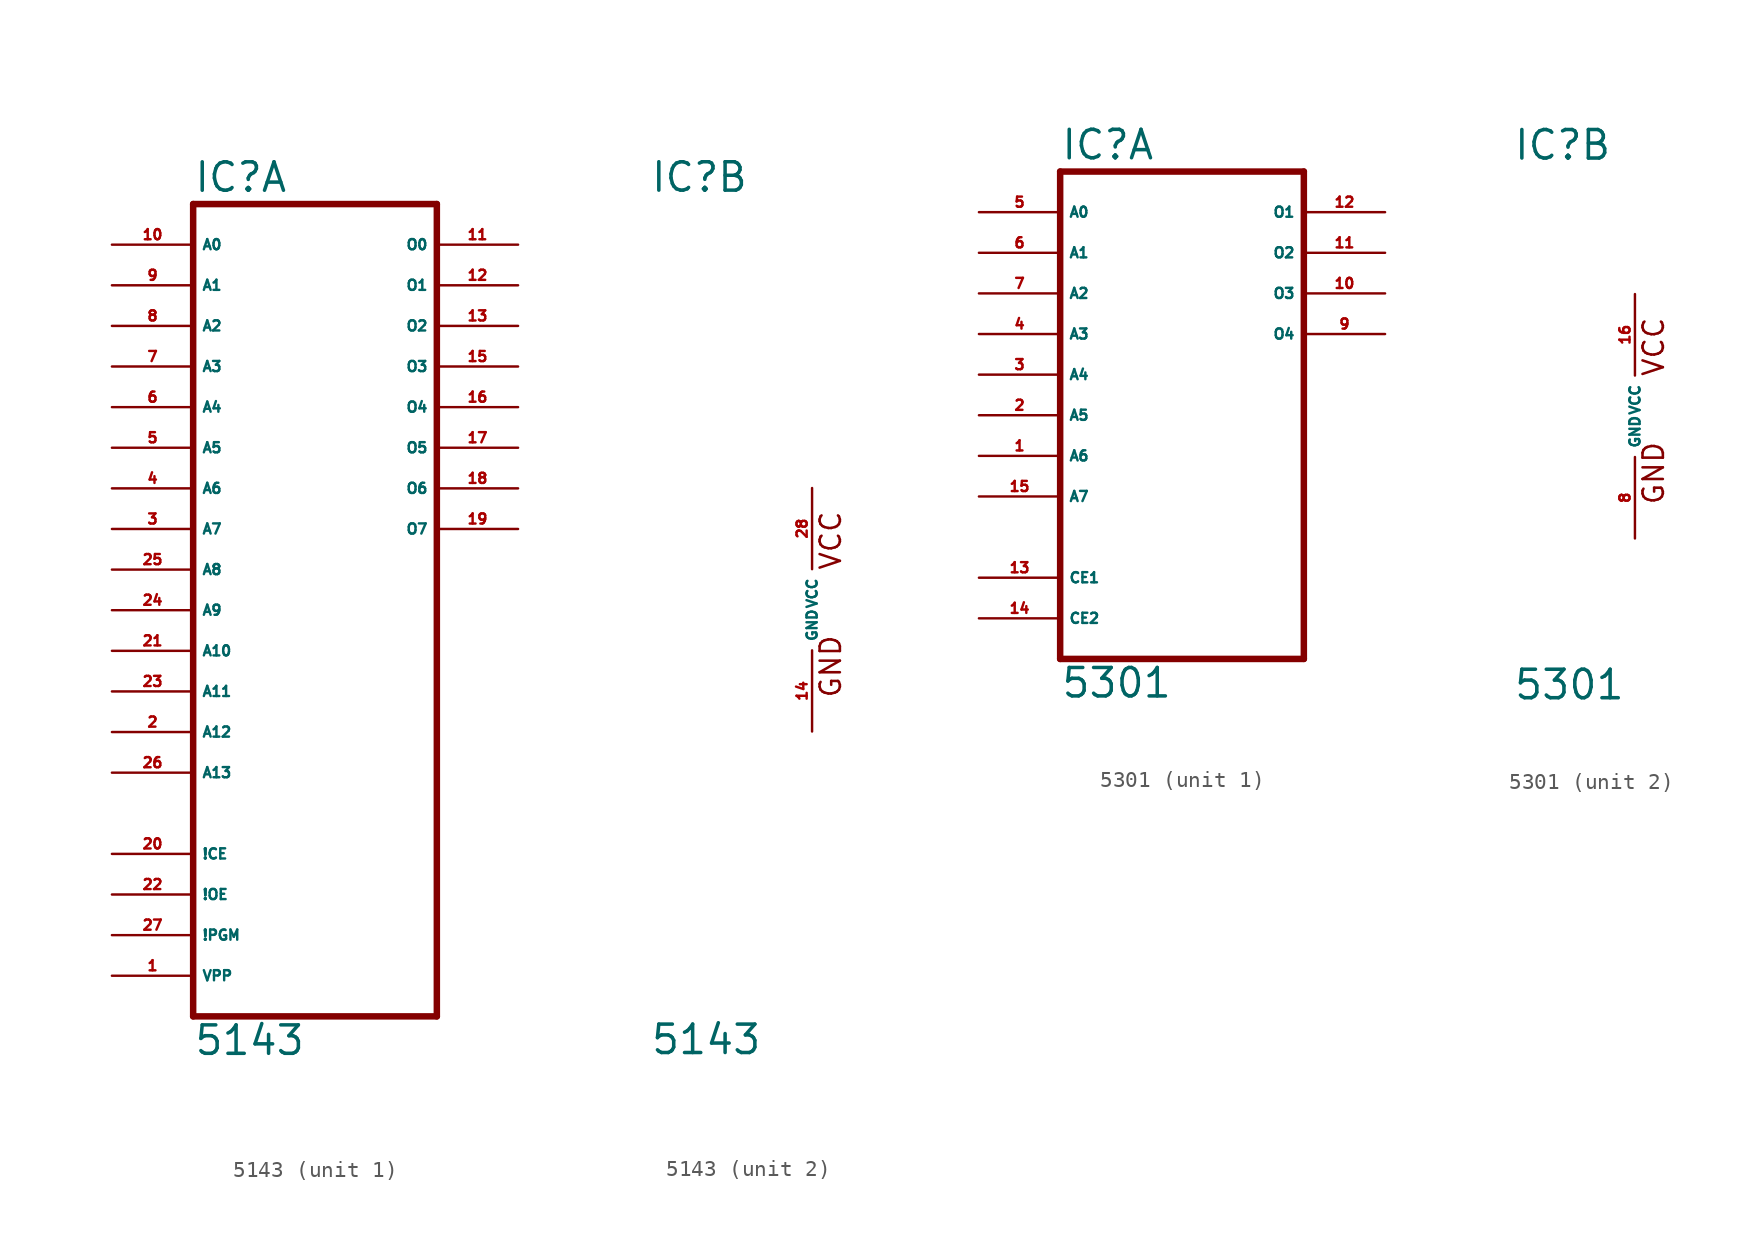
<source format=kicad_sym>
(kicad_symbol_lib
  (version 20220914)
  (generator Eagle2Kicad)
  (symbol "5143"
    (property "Reference" "IC"
      (at -10.16 26.035 0)
      (effects (font (size 1.778 1.778) (thickness 0.22)) (justify left bottom)))
    (property "Value" "5143"
      (at -10.16 -27.94 0)
      (effects (font (size 1.778 1.778) (thickness 0.22)) (justify left bottom)))
    (symbol "5143_1_0"
      (polyline (pts (xy -10.16 -25.4) (xy 5.08 -25.4)) (stroke (width 0.406) (type default)) (fill (type none)))
      (polyline (pts (xy 5.08 -25.4) (xy 5.08 25.4)) (stroke (width 0.406) (type default)) (fill (type none)))
      (polyline (pts (xy 5.08 25.4) (xy -10.16 25.4)) (stroke (width 0.406) (type default)) (fill (type none)))
      (polyline (pts (xy -10.16 25.4) (xy -10.16 -25.4)) (stroke (width 0.406) (type default)) (fill (type none)))
      (pin input line (at -15.24 -22.86 0) (length 5.08) (name "VPP" (effects (font (size 0.635 0.635) (thickness 0.08)) (justify left bottom))) (number "1" (effects (font (size 0.635 0.635) (thickness 0.08)) (justify left bottom))))
      (pin input line (at -15.24 -7.62 0) (length 5.08) (name "A12" (effects (font (size 0.635 0.635) (thickness 0.08)) (justify left bottom))) (number "2" (effects (font (size 0.635 0.635) (thickness 0.08)) (justify left bottom))))
      (pin input line (at -15.24 5.08 0) (length 5.08) (name "A7" (effects (font (size 0.635 0.635) (thickness 0.08)) (justify left bottom))) (number "3" (effects (font (size 0.635 0.635) (thickness 0.08)) (justify left bottom))))
      (pin input line (at -15.24 7.62 0) (length 5.08) (name "A6" (effects (font (size 0.635 0.635) (thickness 0.08)) (justify left bottom))) (number "4" (effects (font (size 0.635 0.635) (thickness 0.08)) (justify left bottom))))
      (pin input line (at -15.24 10.16 0) (length 5.08) (name "A5" (effects (font (size 0.635 0.635) (thickness 0.08)) (justify left bottom))) (number "5" (effects (font (size 0.635 0.635) (thickness 0.08)) (justify left bottom))))
      (pin input line (at -15.24 12.7 0) (length 5.08) (name "A4" (effects (font (size 0.635 0.635) (thickness 0.08)) (justify left bottom))) (number "6" (effects (font (size 0.635 0.635) (thickness 0.08)) (justify left bottom))))
      (pin input line (at -15.24 15.24 0) (length 5.08) (name "A3" (effects (font (size 0.635 0.635) (thickness 0.08)) (justify left bottom))) (number "7" (effects (font (size 0.635 0.635) (thickness 0.08)) (justify left bottom))))
      (pin input line (at -15.24 17.78 0) (length 5.08) (name "A2" (effects (font (size 0.635 0.635) (thickness 0.08)) (justify left bottom))) (number "8" (effects (font (size 0.635 0.635) (thickness 0.08)) (justify left bottom))))
      (pin input line (at -15.24 20.32 0) (length 5.08) (name "A1" (effects (font (size 0.635 0.635) (thickness 0.08)) (justify left bottom))) (number "9" (effects (font (size 0.635 0.635) (thickness 0.08)) (justify left bottom))))
      (pin input line (at -15.24 22.86 0) (length 5.08) (name "A0" (effects (font (size 0.635 0.635) (thickness 0.08)) (justify left bottom))) (number "10" (effects (font (size 0.635 0.635) (thickness 0.08)) (justify left bottom))))
      (pin tri_state line (at 10.16 22.86 180) (length 5.08) (name "O0" (effects (font (size 0.635 0.635) (thickness 0.08)) (justify left bottom))) (number "11" (effects (font (size 0.635 0.635) (thickness 0.08)) (justify left bottom))))
      (pin tri_state line (at 10.16 20.32 180) (length 5.08) (name "O1" (effects (font (size 0.635 0.635) (thickness 0.08)) (justify left bottom))) (number "12" (effects (font (size 0.635 0.635) (thickness 0.08)) (justify left bottom))))
      (pin tri_state line (at 10.16 17.78 180) (length 5.08) (name "O2" (effects (font (size 0.635 0.635) (thickness 0.08)) (justify left bottom))) (number "13" (effects (font (size 0.635 0.635) (thickness 0.08)) (justify left bottom))))
      (pin tri_state line (at 10.16 15.24 180) (length 5.08) (name "O3" (effects (font (size 0.635 0.635) (thickness 0.08)) (justify left bottom))) (number "15" (effects (font (size 0.635 0.635) (thickness 0.08)) (justify left bottom))))
      (pin tri_state line (at 10.16 12.7 180) (length 5.08) (name "O4" (effects (font (size 0.635 0.635) (thickness 0.08)) (justify left bottom))) (number "16" (effects (font (size 0.635 0.635) (thickness 0.08)) (justify left bottom))))
      (pin tri_state line (at 10.16 10.16 180) (length 5.08) (name "O5" (effects (font (size 0.635 0.635) (thickness 0.08)) (justify left bottom))) (number "17" (effects (font (size 0.635 0.635) (thickness 0.08)) (justify left bottom))))
      (pin tri_state line (at 10.16 7.62 180) (length 5.08) (name "O6" (effects (font (size 0.635 0.635) (thickness 0.08)) (justify left bottom))) (number "18" (effects (font (size 0.635 0.635) (thickness 0.08)) (justify left bottom))))
      (pin tri_state line (at 10.16 5.08 180) (length 5.08) (name "O7" (effects (font (size 0.635 0.635) (thickness 0.08)) (justify left bottom))) (number "19" (effects (font (size 0.635 0.635) (thickness 0.08)) (justify left bottom))))
      (pin input line (at -15.24 -15.24 0) (length 5.08) (name "!CE" (effects (font (size 0.635 0.635) (thickness 0.08)) (justify left bottom))) (number "20" (effects (font (size 0.635 0.635) (thickness 0.08)) (justify left bottom))))
      (pin input line (at -15.24 -2.54 0) (length 5.08) (name "A10" (effects (font (size 0.635 0.635) (thickness 0.08)) (justify left bottom))) (number "21" (effects (font (size 0.635 0.635) (thickness 0.08)) (justify left bottom))))
      (pin input line (at -15.24 -17.78 0) (length 5.08) (name "!OE" (effects (font (size 0.635 0.635) (thickness 0.08)) (justify left bottom))) (number "22" (effects (font (size 0.635 0.635) (thickness 0.08)) (justify left bottom))))
      (pin input line (at -15.24 -5.08 0) (length 5.08) (name "A11" (effects (font (size 0.635 0.635) (thickness 0.08)) (justify left bottom))) (number "23" (effects (font (size 0.635 0.635) (thickness 0.08)) (justify left bottom))))
      (pin input line (at -15.24 0 0) (length 5.08) (name "A9" (effects (font (size 0.635 0.635) (thickness 0.08)) (justify left bottom))) (number "24" (effects (font (size 0.635 0.635) (thickness 0.08)) (justify left bottom))))
      (pin input line (at -15.24 2.54 0) (length 5.08) (name "A8" (effects (font (size 0.635 0.635) (thickness 0.08)) (justify left bottom))) (number "25" (effects (font (size 0.635 0.635) (thickness 0.08)) (justify left bottom))))
      (pin input line (at -15.24 -10.16 0) (length 5.08) (name "A13" (effects (font (size 0.635 0.635) (thickness 0.08)) (justify left bottom))) (number "26" (effects (font (size 0.635 0.635) (thickness 0.08)) (justify left bottom))))
      (pin input line (at -15.24 -20.32 0) (length 5.08) (name "!PGM" (effects (font (size 0.635 0.635) (thickness 0.08)) (justify left bottom))) (number "27" (effects (font (size 0.635 0.635) (thickness 0.08)) (justify left bottom)))))
    (symbol "5143_2_0"
      (text "GND" (at 1.905 -5.588 900) (effects (font (size 1.27 1.27) (thickness 0.16)) (justify left bottom)))
      (text "VCC" (at 1.905 2.413 900) (effects (font (size 1.27 1.27) (thickness 0.16)) (justify left bottom)))
      (pin unspecified line (at 0 -7.62 90) (length 5.08) (name "GND" (effects (font (size 0.635 0.635) (thickness 0.08)) (justify left bottom))) (number "14" (effects (font (size 0.635 0.635) (thickness 0.08)) (justify left bottom))))
      (pin unspecified line (at 0 7.62 270) (length 5.08) (name "VCC" (effects (font (size 0.635 0.635) (thickness 0.08)) (justify left bottom))) (number "28" (effects (font (size 0.635 0.635) (thickness 0.08)) (justify left bottom))))))
  (symbol "5301"
    (property "Reference" "IC"
      (at -7.62 15.875 0)
      (effects (font (size 1.778 1.778) (thickness 0.22)) (justify left bottom)))
    (property "Value" "5301"
      (at -7.62 -17.78 0)
      (effects (font (size 1.778 1.778) (thickness 0.22)) (justify left bottom)))
    (symbol "5301_1_0"
      (polyline (pts (xy -7.62 -15.24) (xy 7.62 -15.24)) (stroke (width 0.406) (type default)) (fill (type none)))
      (polyline (pts (xy 7.62 -15.24) (xy 7.62 15.24)) (stroke (width 0.406) (type default)) (fill (type none)))
      (polyline (pts (xy 7.62 15.24) (xy -7.62 15.24)) (stroke (width 0.406) (type default)) (fill (type none)))
      (polyline (pts (xy -7.62 15.24) (xy -7.62 -15.24)) (stroke (width 0.406) (type default)) (fill (type none)))
      (pin input line (at -12.7 -2.54 0) (length 5.08) (name "A6" (effects (font (size 0.635 0.635) (thickness 0.08)) (justify left bottom))) (number "1" (effects (font (size 0.635 0.635) (thickness 0.08)) (justify left bottom))))
      (pin input line (at -12.7 0 0) (length 5.08) (name "A5" (effects (font (size 0.635 0.635) (thickness 0.08)) (justify left bottom))) (number "2" (effects (font (size 0.635 0.635) (thickness 0.08)) (justify left bottom))))
      (pin input line (at -12.7 2.54 0) (length 5.08) (name "A4" (effects (font (size 0.635 0.635) (thickness 0.08)) (justify left bottom))) (number "3" (effects (font (size 0.635 0.635) (thickness 0.08)) (justify left bottom))))
      (pin input line (at -12.7 5.08 0) (length 5.08) (name "A3" (effects (font (size 0.635 0.635) (thickness 0.08)) (justify left bottom))) (number "4" (effects (font (size 0.635 0.635) (thickness 0.08)) (justify left bottom))))
      (pin input line (at -12.7 12.7 0) (length 5.08) (name "A0" (effects (font (size 0.635 0.635) (thickness 0.08)) (justify left bottom))) (number "5" (effects (font (size 0.635 0.635) (thickness 0.08)) (justify left bottom))))
      (pin input line (at -12.7 10.16 0) (length 5.08) (name "A1" (effects (font (size 0.635 0.635) (thickness 0.08)) (justify left bottom))) (number "6" (effects (font (size 0.635 0.635) (thickness 0.08)) (justify left bottom))))
      (pin input line (at -12.7 7.62 0) (length 5.08) (name "A2" (effects (font (size 0.635 0.635) (thickness 0.08)) (justify left bottom))) (number "7" (effects (font (size 0.635 0.635) (thickness 0.08)) (justify left bottom))))
      (pin tri_state line (at 12.7 5.08 180) (length 5.08) (name "O4" (effects (font (size 0.635 0.635) (thickness 0.08)) (justify left bottom))) (number "9" (effects (font (size 0.635 0.635) (thickness 0.08)) (justify left bottom))))
      (pin tri_state line (at 12.7 7.62 180) (length 5.08) (name "O3" (effects (font (size 0.635 0.635) (thickness 0.08)) (justify left bottom))) (number "10" (effects (font (size 0.635 0.635) (thickness 0.08)) (justify left bottom))))
      (pin tri_state line (at 12.7 10.16 180) (length 5.08) (name "O2" (effects (font (size 0.635 0.635) (thickness 0.08)) (justify left bottom))) (number "11" (effects (font (size 0.635 0.635) (thickness 0.08)) (justify left bottom))))
      (pin tri_state line (at 12.7 12.7 180) (length 5.08) (name "O1" (effects (font (size 0.635 0.635) (thickness 0.08)) (justify left bottom))) (number "12" (effects (font (size 0.635 0.635) (thickness 0.08)) (justify left bottom))))
      (pin input line (at -12.7 -10.16 0) (length 5.08) (name "CE1" (effects (font (size 0.635 0.635) (thickness 0.08)) (justify left bottom))) (number "13" (effects (font (size 0.635 0.635) (thickness 0.08)) (justify left bottom))))
      (pin input line (at -12.7 -12.7 0) (length 5.08) (name "CE2" (effects (font (size 0.635 0.635) (thickness 0.08)) (justify left bottom))) (number "14" (effects (font (size 0.635 0.635) (thickness 0.08)) (justify left bottom))))
      (pin input line (at -12.7 -5.08 0) (length 5.08) (name "A7" (effects (font (size 0.635 0.635) (thickness 0.08)) (justify left bottom))) (number "15" (effects (font (size 0.635 0.635) (thickness 0.08)) (justify left bottom)))))
    (symbol "5301_2_0"
      (text "GND" (at 1.905 -5.588 900) (effects (font (size 1.27 1.27) (thickness 0.16)) (justify left bottom)))
      (text "VCC" (at 1.905 2.413 900) (effects (font (size 1.27 1.27) (thickness 0.16)) (justify left bottom)))
      (pin unspecified line (at 0 -7.62 90) (length 5.08) (name "GND" (effects (font (size 0.635 0.635) (thickness 0.08)) (justify left bottom))) (number "8" (effects (font (size 0.635 0.635) (thickness 0.08)) (justify left bottom))))
      (pin unspecified line (at 0 7.62 270) (length 5.08) (name "VCC" (effects (font (size 0.635 0.635) (thickness 0.08)) (justify left bottom))) (number "16" (effects (font (size 0.635 0.635) (thickness 0.08)) (justify left bottom)))))))
</source>
